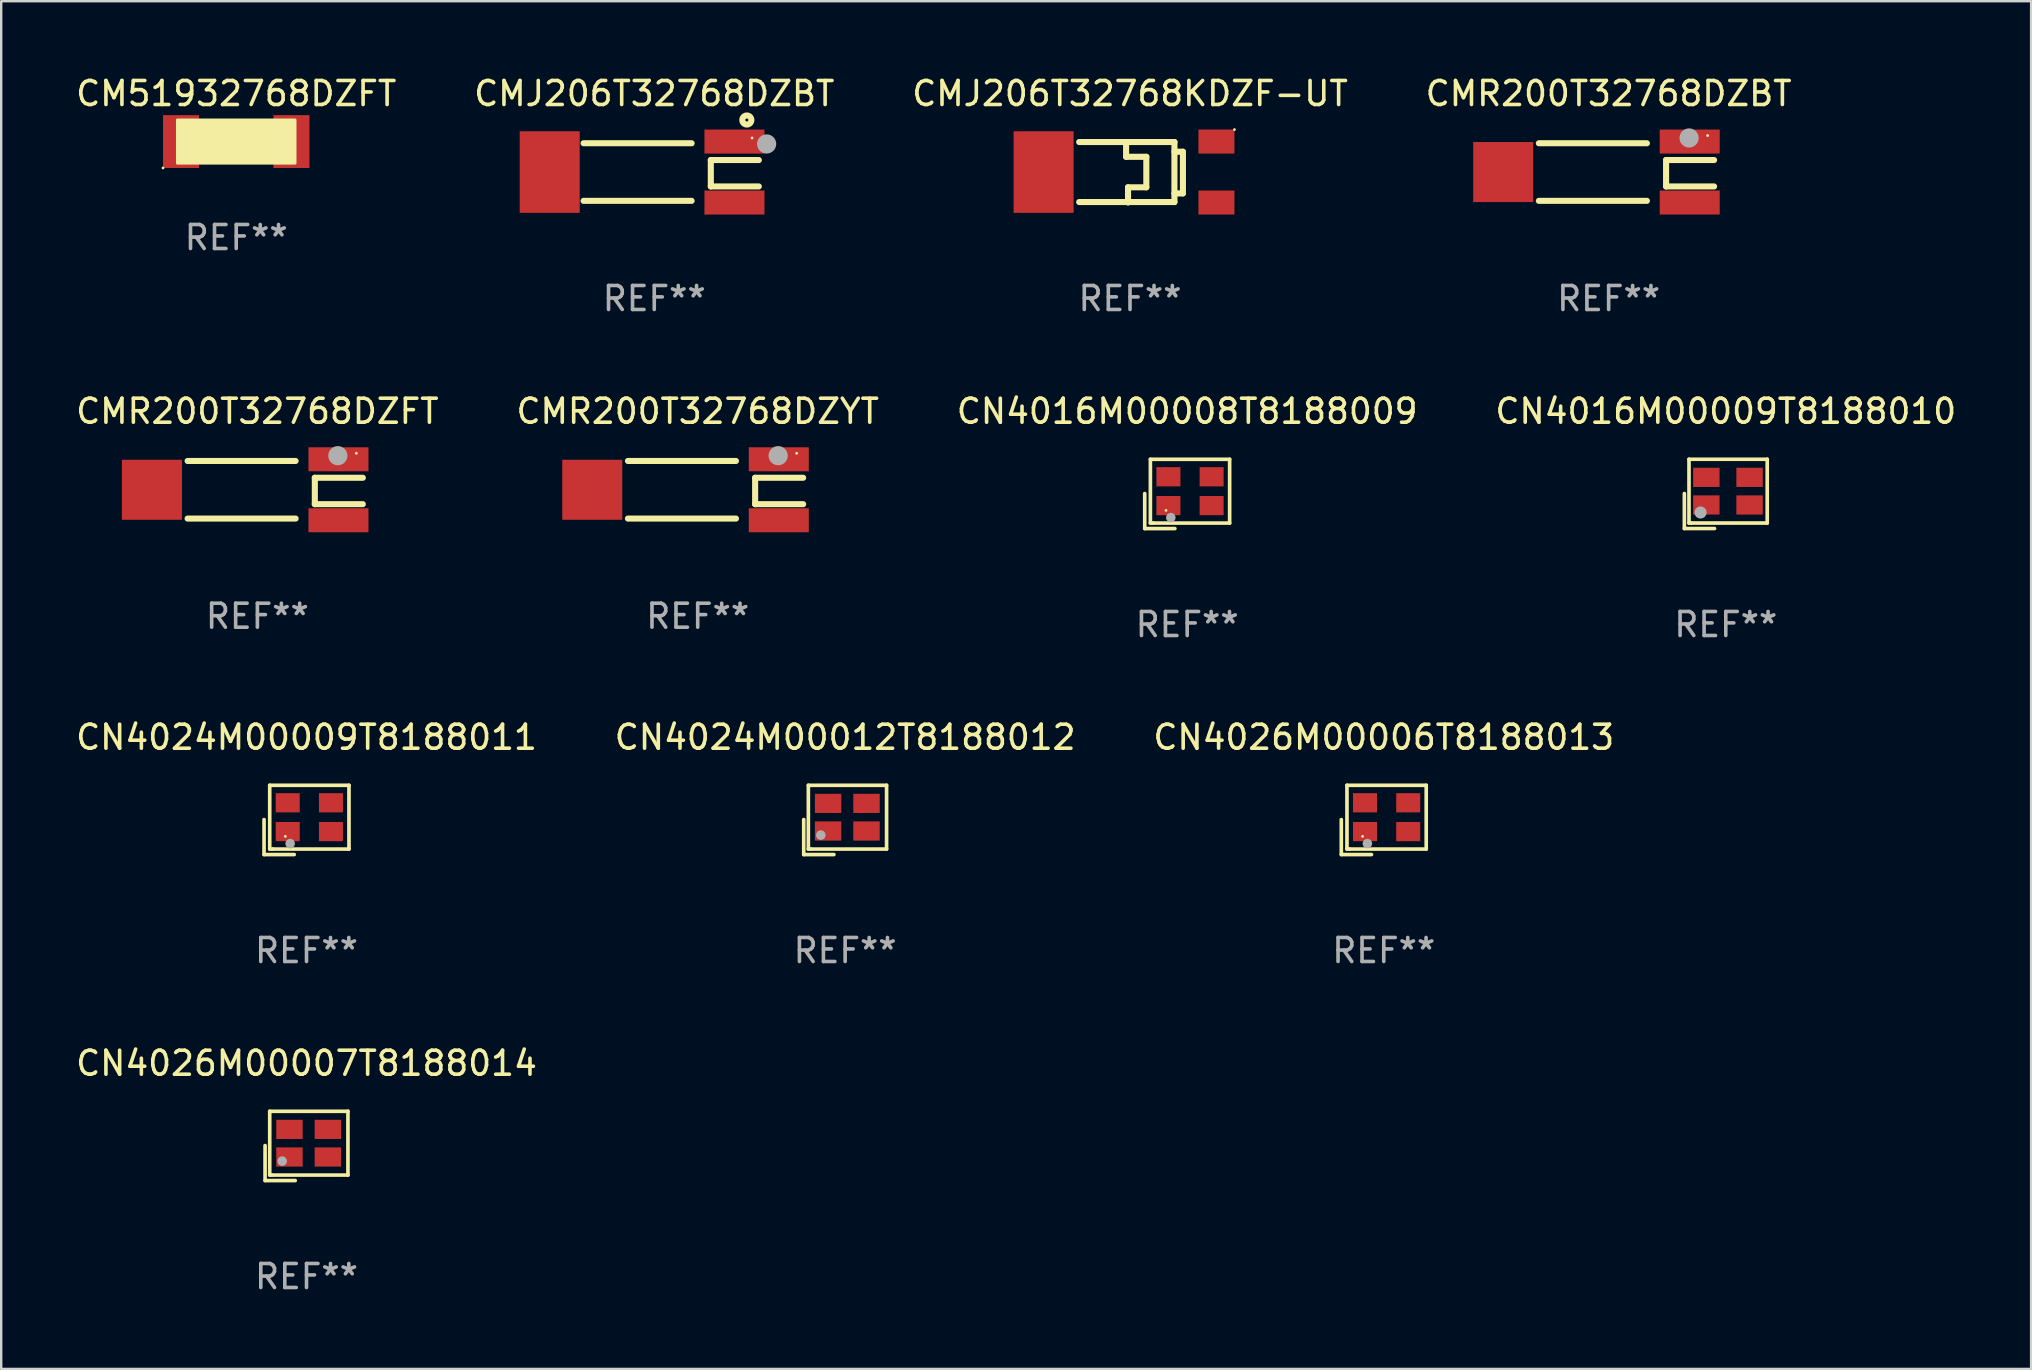
<source format=kicad_pcb>
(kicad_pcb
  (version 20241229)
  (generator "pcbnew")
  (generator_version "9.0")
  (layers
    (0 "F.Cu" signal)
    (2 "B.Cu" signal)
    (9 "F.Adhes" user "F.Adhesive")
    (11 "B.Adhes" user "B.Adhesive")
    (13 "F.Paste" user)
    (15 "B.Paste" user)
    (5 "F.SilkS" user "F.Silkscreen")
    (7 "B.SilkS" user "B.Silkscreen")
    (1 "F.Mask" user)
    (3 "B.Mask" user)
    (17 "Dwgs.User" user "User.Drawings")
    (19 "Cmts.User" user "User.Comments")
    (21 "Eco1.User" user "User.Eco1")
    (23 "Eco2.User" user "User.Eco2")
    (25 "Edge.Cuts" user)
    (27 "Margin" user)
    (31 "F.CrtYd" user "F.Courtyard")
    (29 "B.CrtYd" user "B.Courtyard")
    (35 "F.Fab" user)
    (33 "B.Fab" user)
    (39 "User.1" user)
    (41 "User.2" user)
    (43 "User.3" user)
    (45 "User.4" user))
  (footprint "CM51932768DZFT"
    (layer "F.Cu")
    (at 6.792 2.848)
    (property "Reference" "CM51932768DZFT" (at 0 -2 0) (layer "F.SilkS") (effects (font (size 1 1) (thickness 0.15))))
    (attr through_hole)
    (fp_circle (center -3.05 1.1) (end -3.02 1.1) (stroke (width 0.06) (type solid)) (fill no) (layer "F.SilkS"))
    (fp_poly (pts (xy -2.45 -0.9) (xy 2.45 -0.9) (xy 2.45 0.9) (xy -2.45 0.9)) (stroke (width 0.12) (type solid)) (fill yes) (layer "F.SilkS"))
    (fp_text user "REF**" (at 0 4 0) (layer "F.Fab") (effects (font (size 1 1) (thickness 0.15))))
    (pad "1" smd rect (at -2.3 0) (size 1.5 2.2) (layers "F.Cu" "F.Mask" "F.Paste"))
    (pad "2" smd rect (at 2.3 0) (size 1.5 2.2) (layers "F.Cu" "F.Mask" "F.Paste")))
  (footprint "CN4016M00008T8188009"
    (layer "F.Cu")
    (at 46.411 17.528)
    (property "Reference" "CN4016M00008T8188009" (at 0 -3.443 0) (layer "F.SilkS") (effects (font (size 1 1) (thickness 0.15))))
    (attr through_hole)
    (fp_line (start -1.769 -0.014) (end -1.769 1.443) (stroke (width 0.152) (type solid)) (layer "F.SilkS"))
    (fp_line (start -1.769 1.443) (end -0.512 1.443) (stroke (width 0.152) (type solid)) (layer "F.SilkS"))
    (fp_line (start -1.533 -1.443) (end 1.769 -1.443) (stroke (width 0.152) (type solid)) (layer "F.SilkS"))
    (fp_line (start -1.533 1.214) (end -1.533 -1.443) (stroke (width 0.152) (type solid)) (layer "F.SilkS"))
    (fp_line (start -1.411 1.214) (end -1.533 1.214) (stroke (width 0.152) (type solid)) (layer "F.SilkS"))
    (fp_line (start 1.769 -1.443) (end 1.769 1.214) (stroke (width 0.152) (type solid)) (layer "F.SilkS"))
    (fp_line (start 1.769 1.214) (end -1.411 1.214) (stroke (width 0.152) (type solid)) (layer "F.SilkS"))
    (fp_circle (center -0.882 0.686) (end -0.852 0.686) (stroke (width 0.06) (type solid)) (fill no) (layer "F.SilkS"))
    (fp_circle (center -0.682 0.986) (end -0.582 0.986) (stroke (width 0.2) (type solid)) (fill no) (layer "F.Fab"))
    (fp_text user "REF**" (at 0 5.443 0) (layer "F.Fab") (effects (font (size 1 1) (thickness 0.15))))
    (pad "1" smd rect (at -0.782 0.486 90) (size 0.8 1) (layers "F.Cu" "F.Mask" "F.Paste"))
    (pad "2" smd rect (at 1.018 0.486 90) (size 0.8 1) (layers "F.Cu" "F.Mask" "F.Paste"))
    (pad "3" smd rect (at 1.018 -0.714 90) (size 0.8 1) (layers "F.Cu" "F.Mask" "F.Paste"))
    (pad "4" smd rect (at -0.782 -0.714 90) (size 0.8 1) (layers "F.Cu" "F.Mask" "F.Paste")))
  (footprint "CN4026M00007T8188014"
    (layer "F.Cu")
    (at 9.72 44.692)
    (property "Reference" "CN4026M00007T8188014" (at 0 -3.443 0) (layer "F.SilkS") (effects (font (size 1 1) (thickness 0.15))))
    (attr through_hole)
    (fp_line (start -1.726 -0.015) (end -1.726 1.443) (stroke (width 0.152) (type solid)) (layer "F.SilkS"))
    (fp_line (start -1.726 1.443) (end -0.469 1.443) (stroke (width 0.152) (type solid)) (layer "F.SilkS"))
    (fp_line (start -1.533 -1.443) (end 1.726 -1.443) (stroke (width 0.152) (type solid)) (layer "F.SilkS"))
    (fp_line (start -1.533 1.214) (end -1.533 -1.443) (stroke (width 0.152) (type solid)) (layer "F.SilkS"))
    (fp_line (start -1.439 1.214) (end -1.533 1.214) (stroke (width 0.152) (type solid)) (layer "F.SilkS"))
    (fp_line (start 1.726 -1.443) (end 1.726 1.214) (stroke (width 0.152) (type solid)) (layer "F.SilkS"))
    (fp_line (start 1.726 1.214) (end -1.439 1.214) (stroke (width 0.152) (type solid)) (layer "F.SilkS"))
    (fp_circle (center -0.91 0.686) (end -0.88 0.686) (stroke (width 0.06) (type solid)) (fill no) (layer "F.SilkS"))
    (fp_circle (center -1.014 0.633) (end -0.914 0.633) (stroke (width 0.2) (type solid)) (fill no) (layer "F.Fab"))
    (fp_text user "REF**" (at 0 5.443 0) (layer "F.Fab") (effects (font (size 1 1) (thickness 0.15))))
    (pad "1" smd rect (at -0.71 0.461) (size 1.1 0.8) (layers "F.Cu" "F.Mask" "F.Paste"))
    (pad "2" smd rect (at 0.89 0.461) (size 1.1 0.8) (layers "F.Cu" "F.Mask" "F.Paste"))
    (pad "3" smd rect (at 0.89 -0.689) (size 1.1 0.8) (layers "F.Cu" "F.Mask" "F.Paste"))
    (pad "4" smd rect (at -0.71 -0.689) (size 1.1 0.8) (layers "F.Cu" "F.Mask" "F.Paste")))
  (footprint "CN4024M00012T8188012"
    (layer "F.Cu")
    (at 32.161 31.11)
    (property "Reference" "CN4024M00012T8188012" (at 0 -3.443 0) (layer "F.SilkS") (effects (font (size 1 1) (thickness 0.15))))
    (attr through_hole)
    (fp_line (start -1.726 -0.015) (end -1.726 1.443) (stroke (width 0.152) (type solid)) (layer "F.SilkS"))
    (fp_line (start -1.726 1.443) (end -0.469 1.443) (stroke (width 0.152) (type solid)) (layer "F.SilkS"))
    (fp_line (start -1.533 -1.443) (end 1.726 -1.443) (stroke (width 0.152) (type solid)) (layer "F.SilkS"))
    (fp_line (start -1.533 1.214) (end -1.533 -1.443) (stroke (width 0.152) (type solid)) (layer "F.SilkS"))
    (fp_line (start -1.439 1.214) (end -1.533 1.214) (stroke (width 0.152) (type solid)) (layer "F.SilkS"))
    (fp_line (start 1.726 -1.443) (end 1.726 1.214) (stroke (width 0.152) (type solid)) (layer "F.SilkS"))
    (fp_line (start 1.726 1.214) (end -1.439 1.214) (stroke (width 0.152) (type solid)) (layer "F.SilkS"))
    (fp_circle (center -0.91 0.686) (end -0.88 0.686) (stroke (width 0.06) (type solid)) (fill no) (layer "F.SilkS"))
    (fp_circle (center -1.014 0.633) (end -0.914 0.633) (stroke (width 0.2) (type solid)) (fill no) (layer "F.Fab"))
    (fp_text user "REF**" (at 0 5.443 0) (layer "F.Fab") (effects (font (size 1 1) (thickness 0.15))))
    (pad "1" smd rect (at -0.71 0.461) (size 1.1 0.8) (layers "F.Cu" "F.Mask" "F.Paste"))
    (pad "2" smd rect (at 0.89 0.461) (size 1.1 0.8) (layers "F.Cu" "F.Mask" "F.Paste"))
    (pad "3" smd rect (at 0.89 -0.689) (size 1.1 0.8) (layers "F.Cu" "F.Mask" "F.Paste"))
    (pad "4" smd rect (at -0.71 -0.689) (size 1.1 0.8) (layers "F.Cu" "F.Mask" "F.Paste")))
  (footprint "CMR200T32768DZFT"
    (layer "F.Cu")
    (at 7.673 17.355)
    (property "Reference" "CMR200T32768DZFT" (at 0 -3.27 0) (layer "F.SilkS") (effects (font (size 1 1) (thickness 0.15))))
    (attr through_hole)
    (fp_line (start -2.907 -1.2) (end 1.593 -1.2) (stroke (width 0.254) (type solid)) (layer "F.SilkS"))
    (fp_line (start -2.907 1.2) (end 1.593 1.2) (stroke (width 0.254) (type solid)) (layer "F.SilkS"))
    (fp_line (start 2.393 -0.5) (end 4.393 -0.5) (stroke (width 0.254) (type solid)) (layer "F.SilkS"))
    (fp_line (start 2.393 0.6) (end 2.393 -0.5) (stroke (width 0.254) (type solid)) (layer "F.SilkS"))
    (fp_line (start 2.393 0.6) (end 4.393 0.6) (stroke (width 0.254) (type solid)) (layer "F.SilkS"))
    (fp_circle (center 4.123 -1.52) (end 4.153 -1.52) (stroke (width 0.06) (type solid)) (fill no) (layer "F.SilkS"))
    (fp_circle (center 3.352 -1.42) (end 3.552 -1.42) (stroke (width 0.4) (type solid)) (fill no) (layer "F.Fab"))
    (fp_text user "REF**" (at 0 5.27 0) (layer "F.Fab") (effects (font (size 1 1) (thickness 0.15))))
    (pad "1" smd rect (at 3.378 -1.27) (size 2.5 1) (layers "F.Cu" "F.Mask" "F.Paste"))
    (pad "2" smd rect (at 3.378 1.27) (size 2.5 1) (layers "F.Cu" "F.Mask" "F.Paste"))
    (pad "3" smd rect (at -4.393 0) (size 2.5 2.5) (layers "F.Cu" "F.Mask" "F.Paste")))
  (footprint "CN4026M00006T8188013"
    (layer "F.Cu")
    (at 54.601 31.11)
    (property "Reference" "CN4026M00006T8188013" (at 0 -3.443 0) (layer "F.SilkS") (effects (font (size 1 1) (thickness 0.15))))
    (attr through_hole)
    (fp_line (start -1.769 -0.014) (end -1.769 1.443) (stroke (width 0.152) (type solid)) (layer "F.SilkS"))
    (fp_line (start -1.769 1.443) (end -0.512 1.443) (stroke (width 0.152) (type solid)) (layer "F.SilkS"))
    (fp_line (start -1.533 -1.443) (end 1.769 -1.443) (stroke (width 0.152) (type solid)) (layer "F.SilkS"))
    (fp_line (start -1.533 1.214) (end -1.533 -1.443) (stroke (width 0.152) (type solid)) (layer "F.SilkS"))
    (fp_line (start -1.411 1.214) (end -1.533 1.214) (stroke (width 0.152) (type solid)) (layer "F.SilkS"))
    (fp_line (start 1.769 -1.443) (end 1.769 1.214) (stroke (width 0.152) (type solid)) (layer "F.SilkS"))
    (fp_line (start 1.769 1.214) (end -1.411 1.214) (stroke (width 0.152) (type solid)) (layer "F.SilkS"))
    (fp_circle (center -0.882 0.686) (end -0.852 0.686) (stroke (width 0.06) (type solid)) (fill no) (layer "F.SilkS"))
    (fp_circle (center -0.682 0.986) (end -0.582 0.986) (stroke (width 0.2) (type solid)) (fill no) (layer "F.Fab"))
    (fp_text user "REF**" (at 0 5.443 0) (layer "F.Fab") (effects (font (size 1 1) (thickness 0.15))))
    (pad "1" smd rect (at -0.782 0.486 90) (size 0.8 1) (layers "F.Cu" "F.Mask" "F.Paste"))
    (pad "2" smd rect (at 1.018 0.486 90) (size 0.8 1) (layers "F.Cu" "F.Mask" "F.Paste"))
    (pad "3" smd rect (at 1.018 -0.714 90) (size 0.8 1) (layers "F.Cu" "F.Mask" "F.Paste"))
    (pad "4" smd rect (at -0.782 -0.714 90) (size 0.8 1) (layers "F.Cu" "F.Mask" "F.Paste")))
  (footprint "CMR200T32768DZYT"
    (layer "F.Cu")
    (at 26.018 17.355)
    (property "Reference" "CMR200T32768DZYT" (at 0 -3.27 0) (layer "F.SilkS") (effects (font (size 1 1) (thickness 0.15))))
    (attr through_hole)
    (fp_line (start -2.907 -1.2) (end 1.593 -1.2) (stroke (width 0.254) (type solid)) (layer "F.SilkS"))
    (fp_line (start -2.907 1.2) (end 1.593 1.2) (stroke (width 0.254) (type solid)) (layer "F.SilkS"))
    (fp_line (start 2.393 -0.5) (end 4.393 -0.5) (stroke (width 0.254) (type solid)) (layer "F.SilkS"))
    (fp_line (start 2.393 0.6) (end 2.393 -0.5) (stroke (width 0.254) (type solid)) (layer "F.SilkS"))
    (fp_line (start 2.393 0.6) (end 4.393 0.6) (stroke (width 0.254) (type solid)) (layer "F.SilkS"))
    (fp_circle (center 4.123 -1.52) (end 4.153 -1.52) (stroke (width 0.06) (type solid)) (fill no) (layer "F.SilkS"))
    (fp_circle (center 3.352 -1.42) (end 3.552 -1.42) (stroke (width 0.4) (type solid)) (fill no) (layer "F.Fab"))
    (fp_text user "REF**" (at 0 5.27 0) (layer "F.Fab") (effects (font (size 1 1) (thickness 0.15))))
    (pad "1" smd rect (at 3.378 -1.27) (size 2.5 1) (layers "F.Cu" "F.Mask" "F.Paste"))
    (pad "2" smd rect (at 3.378 1.27) (size 2.5 1) (layers "F.Cu" "F.Mask" "F.Paste"))
    (pad "3" smd rect (at -4.393 0) (size 2.5 2.5) (layers "F.Cu" "F.Mask" "F.Paste")))
  (footprint "CN4016M00009T8188010"
    (layer "F.Cu")
    (at 68.851 17.527)
    (property "Reference" "CN4016M00009T8188010" (at 0 -3.443 0) (layer "F.SilkS") (effects (font (size 1 1) (thickness 0.15))))
    (attr through_hole)
    (fp_line (start -1.726 -0.015) (end -1.726 1.443) (stroke (width 0.152) (type solid)) (layer "F.SilkS"))
    (fp_line (start -1.726 1.443) (end -0.469 1.443) (stroke (width 0.152) (type solid)) (layer "F.SilkS"))
    (fp_line (start -1.533 -1.443) (end 1.726 -1.443) (stroke (width 0.152) (type solid)) (layer "F.SilkS"))
    (fp_line (start -1.533 1.214) (end -1.533 -1.443) (stroke (width 0.152) (type solid)) (layer "F.SilkS"))
    (fp_line (start -1.439 1.214) (end -1.533 1.214) (stroke (width 0.152) (type solid)) (layer "F.SilkS"))
    (fp_line (start 1.726 -1.443) (end 1.726 1.214) (stroke (width 0.152) (type solid)) (layer "F.SilkS"))
    (fp_line (start 1.726 1.214) (end -1.439 1.214) (stroke (width 0.152) (type solid)) (layer "F.SilkS"))
    (fp_circle (center -0.91 0.686) (end -0.88 0.686) (stroke (width 0.06) (type solid)) (fill no) (layer "F.SilkS"))
    (fp_circle (center -1.053 0.775) (end -0.926 0.775) (stroke (width 0.254) (type solid)) (fill no) (layer "F.Fab"))
    (fp_text user "REF**" (at 0 5.443 0) (layer "F.Fab") (effects (font (size 1 1) (thickness 0.15))))
    (pad "1" smd rect (at -0.81 0.461) (size 1.1 0.8) (layers "F.Cu" "F.Mask" "F.Paste"))
    (pad "2" smd rect (at 0.99 0.461) (size 1.1 0.8) (layers "F.Cu" "F.Mask" "F.Paste"))
    (pad "3" smd rect (at 0.99 -0.689) (size 1.1 0.8) (layers "F.Cu" "F.Mask" "F.Paste"))
    (pad "4" smd rect (at -0.81 -0.689) (size 1.1 0.8) (layers "F.Cu" "F.Mask" "F.Paste")))
  (footprint "CN4024M00009T8188011"
    (layer "F.Cu")
    (at 9.72 31.11)
    (property "Reference" "CN4024M00009T8188011" (at 0 -3.443 0) (layer "F.SilkS") (effects (font (size 1 1) (thickness 0.15))))
    (attr through_hole)
    (fp_line (start -1.769 -0.014) (end -1.769 1.443) (stroke (width 0.152) (type solid)) (layer "F.SilkS"))
    (fp_line (start -1.769 1.443) (end -0.512 1.443) (stroke (width 0.152) (type solid)) (layer "F.SilkS"))
    (fp_line (start -1.533 -1.443) (end 1.769 -1.443) (stroke (width 0.152) (type solid)) (layer "F.SilkS"))
    (fp_line (start -1.533 1.214) (end -1.533 -1.443) (stroke (width 0.152) (type solid)) (layer "F.SilkS"))
    (fp_line (start -1.411 1.214) (end -1.533 1.214) (stroke (width 0.152) (type solid)) (layer "F.SilkS"))
    (fp_line (start 1.769 -1.443) (end 1.769 1.214) (stroke (width 0.152) (type solid)) (layer "F.SilkS"))
    (fp_line (start 1.769 1.214) (end -1.411 1.214) (stroke (width 0.152) (type solid)) (layer "F.SilkS"))
    (fp_circle (center -0.882 0.686) (end -0.852 0.686) (stroke (width 0.06) (type solid)) (fill no) (layer "F.SilkS"))
    (fp_circle (center -0.682 0.986) (end -0.582 0.986) (stroke (width 0.2) (type solid)) (fill no) (layer "F.Fab"))
    (fp_text user "REF**" (at 0 5.443 0) (layer "F.Fab") (effects (font (size 1 1) (thickness 0.15))))
    (pad "1" smd rect (at -0.782 0.486 90) (size 0.8 1) (layers "F.Cu" "F.Mask" "F.Paste"))
    (pad "2" smd rect (at 1.018 0.486 90) (size 0.8 1) (layers "F.Cu" "F.Mask" "F.Paste"))
    (pad "3" smd rect (at 1.018 -0.714 90) (size 0.8 1) (layers "F.Cu" "F.Mask" "F.Paste"))
    (pad "4" smd rect (at -0.782 -0.714 90) (size 0.8 1) (layers "F.Cu" "F.Mask" "F.Paste")))
  (footprint "CMR200T32768DZBT"
    (layer "F.Cu")
    (at 63.97 4.118)
    (property "Reference" "CMR200T32768DZBT" (at 0 -3.27 0) (layer "F.SilkS") (effects (font (size 1 1) (thickness 0.15))))
    (attr through_hole)
    (fp_line (start -2.907 -1.2) (end 1.593 -1.2) (stroke (width 0.254) (type solid)) (layer "F.SilkS"))
    (fp_line (start -2.907 1.2) (end 1.593 1.2) (stroke (width 0.254) (type solid)) (layer "F.SilkS"))
    (fp_line (start 2.393 -0.5) (end 4.393 -0.5) (stroke (width 0.254) (type solid)) (layer "F.SilkS"))
    (fp_line (start 2.393 0.6) (end 2.393 -0.5) (stroke (width 0.254) (type solid)) (layer "F.SilkS"))
    (fp_line (start 2.393 0.6) (end 4.393 0.6) (stroke (width 0.254) (type solid)) (layer "F.SilkS"))
    (fp_circle (center 4.123 -1.52) (end 4.153 -1.52) (stroke (width 0.06) (type solid)) (fill no) (layer "F.SilkS"))
    (fp_circle (center 3.352 -1.42) (end 3.552 -1.42) (stroke (width 0.4) (type solid)) (fill no) (layer "F.Fab"))
    (fp_text user "REF**" (at 0 5.27 0) (layer "F.Fab") (effects (font (size 1 1) (thickness 0.15))))
    (pad "1" smd rect (at 3.378 -1.27) (size 2.5 1) (layers "F.Cu" "F.Mask" "F.Paste"))
    (pad "2" smd rect (at 3.378 1.27) (size 2.5 1) (layers "F.Cu" "F.Mask" "F.Paste"))
    (pad "3" smd rect (at -4.393 0) (size 2.5 2.5) (layers "F.Cu" "F.Mask" "F.Paste")))
  (footprint "CMJ206T32768DZBT"
    (layer "F.Cu")
    (at 24.208 4.118)
    (property "Reference" "CMJ206T32768DZBT" (at 0 -3.27 0) (layer "F.SilkS") (effects (font (size 1 1) (thickness 0.15))))
    (attr through_hole)
    (fp_line (start -2.944 -1.2) (end 1.556 -1.2) (stroke (width 0.254) (type solid)) (layer "F.SilkS"))
    (fp_line (start -2.944 1.2) (end 1.556 1.2) (stroke (width 0.254) (type solid)) (layer "F.SilkS"))
    (fp_line (start 2.356 -0.5) (end 4.356 -0.5) (stroke (width 0.254) (type solid)) (layer "F.SilkS"))
    (fp_line (start 2.356 0.6) (end 2.356 -0.5) (stroke (width 0.254) (type solid)) (layer "F.SilkS"))
    (fp_line (start 2.356 0.6) (end 4.356 0.6) (stroke (width 0.254) (type solid)) (layer "F.SilkS"))
    (fp_circle (center 3.857 -2.168) (end 4.046 -2.168) (stroke (width 0.254) (type solid)) (fill no) (layer "F.SilkS"))
    (fp_circle (center 4.074 -1.42) (end 4.104 -1.42) (stroke (width 0.06) (type solid)) (fill no) (layer "F.SilkS"))
    (fp_circle (center 4.682 -1.17) (end 4.882 -1.17) (stroke (width 0.4) (type solid)) (fill no) (layer "F.Fab"))
    (fp_text user "REF**" (at 0 5.27 0) (layer "F.Fab") (effects (font (size 1 1) (thickness 0.15))))
    (pad "1" smd rect (at 3.341 -1.27) (size 2.5 1) (layers "F.Cu" "F.Mask" "F.Paste"))
    (pad "2" smd rect (at 3.341 1.27) (size 2.5 1) (layers "F.Cu" "F.Mask" "F.Paste"))
    (pad "3" smd rect (at -4.356 0) (size 2.5 3.4) (layers "F.Cu" "F.Mask" "F.Paste")))
  (footprint "CMJ206T32768KDZF-UT"
    (layer "F.Cu")
    (at 44.03 4.118)
    (property "Reference" "CMJ206T32768KDZF-UT" (at 0 -3.27 0) (layer "F.SilkS") (effects (font (size 1 1) (thickness 0.15))))
    (attr through_hole)
    (fp_line (start -0.164 -1.25) (end -0.164 -0.635) (stroke (width 0.254) (type solid)) (layer "F.SilkS"))
    (fp_line (start -0.164 -0.635) (end 0.679 -0.635) (stroke (width 0.254) (type solid)) (layer "F.SilkS"))
    (fp_line (start -0.083 0.635) (end -0.083 1.25) (stroke (width 0.254) (type solid)) (layer "F.SilkS"))
    (fp_line (start -0.083 1.25) (end -0.083 1.27) (stroke (width 0.254) (type solid)) (layer "F.SilkS"))
    (fp_line (start 0.679 -0.635) (end 0.679 0.635) (stroke (width 0.254) (type solid)) (layer "F.SilkS"))
    (fp_line (start 0.679 0.635) (end -0.083 0.635) (stroke (width 0.254) (type solid)) (layer "F.SilkS"))
    (fp_line (start 1.85 -1.25) (end -2.119 -1.25) (stroke (width 0.254) (type solid)) (layer "F.SilkS"))
    (fp_line (start 1.85 -1.25) (end 1.85 1.25) (stroke (width 0.254) (type solid)) (layer "F.SilkS"))
    (fp_line (start 1.85 -0.846) (end 2.203 -0.846) (stroke (width 0.254) (type solid)) (layer "F.SilkS"))
    (fp_line (start 1.85 1.25) (end -2.119 1.25) (stroke (width 0.254) (type solid)) (layer "F.SilkS"))
    (fp_line (start 2.203 -0.846) (end 2.203 0.889) (stroke (width 0.254) (type solid)) (layer "F.SilkS"))
    (fp_line (start 2.203 0.889) (end 1.85 0.889) (stroke (width 0.254) (type solid)) (layer "F.SilkS"))
    (fp_circle (center 4.35 -1.77) (end 4.38 -1.77) (stroke (width 0.06) (type solid)) (fill no) (layer "F.SilkS"))
    (fp_text user "REF**" (at 0 5.27 0) (layer "F.Fab") (effects (font (size 1 1) (thickness 0.15))))
    (pad "1" smd rect (at 3.6 -1.27) (size 1.5 1) (layers "F.Cu" "F.Mask" "F.Paste"))
    (pad "2" smd rect (at 3.6 1.27) (size 1.5 1) (layers "F.Cu" "F.Mask" "F.Paste"))
    (pad "3" smd rect (at -3.6 0) (size 2.5 3.4) (layers "F.Cu" "F.Mask" "F.Paste")))
  (gr_rect
    (start -3 -3)
    (end 81.571 53.983)
    (stroke (width 0.1) (type default))
    (fill no)
    (layer "Edge.Cuts")))
</source>
